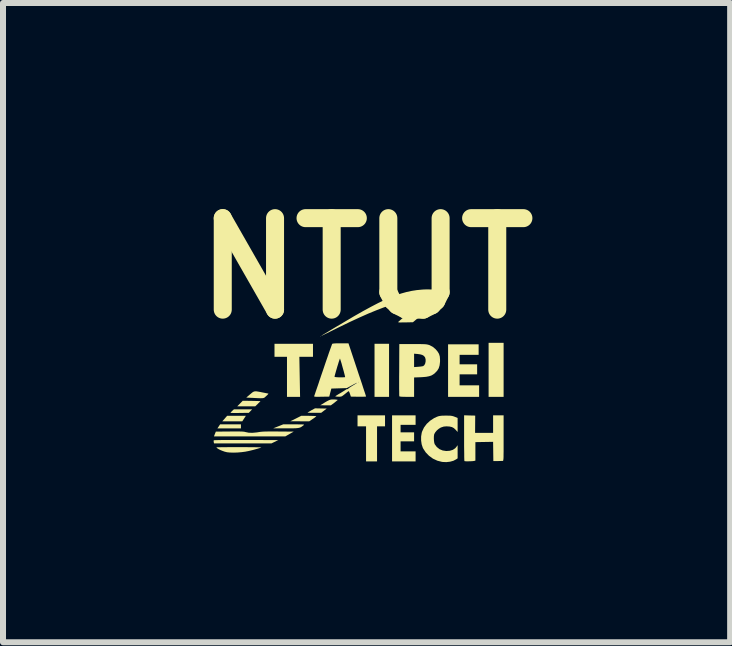
<source format=kicad_pcb>
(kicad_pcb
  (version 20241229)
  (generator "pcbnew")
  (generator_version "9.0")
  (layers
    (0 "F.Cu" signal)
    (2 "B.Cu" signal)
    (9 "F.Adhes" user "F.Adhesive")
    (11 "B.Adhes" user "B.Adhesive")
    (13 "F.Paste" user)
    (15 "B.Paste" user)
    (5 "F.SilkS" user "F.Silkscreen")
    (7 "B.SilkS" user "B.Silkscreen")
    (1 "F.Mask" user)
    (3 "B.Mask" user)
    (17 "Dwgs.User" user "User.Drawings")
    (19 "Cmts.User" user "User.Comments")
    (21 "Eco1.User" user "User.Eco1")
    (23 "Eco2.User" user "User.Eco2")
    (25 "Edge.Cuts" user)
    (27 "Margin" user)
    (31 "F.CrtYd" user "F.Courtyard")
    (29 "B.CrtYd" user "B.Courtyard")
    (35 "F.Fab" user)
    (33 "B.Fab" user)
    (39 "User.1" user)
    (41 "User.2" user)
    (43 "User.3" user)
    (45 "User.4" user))
  (footprint "NTUT"
    (layer "F.Cu")
    (at 2.955 3.218)
    (property "Reference" "NTUT" (at 0.1 -1.8 0) (layer "F.SilkS") (effects (font (size 1.524 1.524) (thickness 0.3))))
    (attr board_only exclude_from_pos_files exclude_from_bom)
    (fp_poly (pts (xy -1.992 0.867) (xy -2.384 0.867) (xy -2.339 0.8) (xy -1.992 0.8)) (stroke (width 0) (type solid)) (fill yes) (layer "F.SilkS"))
    (fp_poly (pts (xy -0.667 -0.662) (xy -0.671 -0.658) (xy -0.675 -0.662) (xy -0.671 -0.667)) (stroke (width 0) (type solid)) (fill yes) (layer "F.SilkS"))
    (fp_poly (pts (xy 0.475 0.342) (xy 0.233 0.342) (xy 0.233 -0.542) (xy 0.475 -0.542)) (stroke (width 0) (type solid)) (fill yes) (layer "F.SilkS"))
    (fp_poly (pts (xy 2.383 0.342) (xy 2.133 0.342) (xy 2.133 -0.558) (xy 2.383 -0.558)) (stroke (width 0) (type solid)) (fill yes) (layer "F.SilkS"))
    (fp_poly (pts (xy 0.408 0.833) (xy 0.275 0.833) (xy 0.275 1.417) (xy 0.092 1.417) (xy 0.092 0.833) (xy -0.05 0.833) (xy -0.05 0.65) (xy 0.408 0.65)) (stroke (width 0) (type solid)) (fill yes) (layer "F.SilkS"))
    (fp_poly (pts (xy -1.94 0.704) (xy -1.97 0.75) (xy -2.303 0.75) (xy -2.286 0.731) (xy -2.269 0.712) (xy -2.25 0.69) (xy -2.246 0.685) (xy -2.222 0.658) (xy -1.91 0.658)) (stroke (width 0) (type solid)) (fill yes) (layer "F.SilkS"))
    (fp_poly (pts (xy -0.792 -0.325) (xy -1.019 -0.325) (xy -1.013 0.008) (xy -1.007 0.342) (xy -1.225 0.342) (xy -1.225 -0.325) (xy -1.433 -0.325) (xy -1.433 -0.542) (xy -0.792 -0.542)) (stroke (width 0) (type solid)) (fill yes) (layer "F.SilkS"))
    (fp_poly (pts (xy -1.861 0.608) (xy -2.014 0.61) (xy -2.062 0.611) (xy -2.104 0.611) (xy -2.137 0.61) (xy -2.159 0.609) (xy -2.167 0.608) (xy -2.161 0.6) (xy -2.147 0.585) (xy -2.138 0.576) (xy -2.109 0.55) (xy -1.805 0.55)) (stroke (width 0) (type solid)) (fill yes) (layer "F.SilkS"))
    (fp_poly (pts (xy 0.917 0.808) (xy 0.667 0.808) (xy 0.667 0.933) (xy 0.892 0.933) (xy 0.892 1.083) (xy 0.667 1.083) (xy 0.667 1.25) (xy 0.917 1.25) (xy 0.917 1.417) (xy 0.525 1.417) (xy 0.525 0.65) (xy 0.917 0.65)) (stroke (width 0) (type solid)) (fill yes) (layer "F.SilkS"))
    (fp_poly (pts (xy 1.967 -0.358) (xy 1.65 -0.358) (xy 1.65 -0.2) (xy 1.942 -0.2) (xy 1.942 -0.033) (xy 1.65 -0.033) (xy 1.65 0.15) (xy 1.975 0.15) (xy 1.975 0.342) (xy 1.458 0.342) (xy 1.458 -0.533) (xy 1.967 -0.533)) (stroke (width 0) (type solid)) (fill yes) (layer "F.SilkS"))
    (fp_poly (pts (xy -1.815 0.409) (xy -1.767 0.41) (xy -1.726 0.411) (xy -1.694 0.412) (xy -1.673 0.413) (xy -1.667 0.413) (xy -1.672 0.42) (xy -1.687 0.435) (xy -1.708 0.455) (xy -1.71 0.458) (xy -1.754 0.5) (xy -1.904 0.5) (xy -2.054 0.5) (xy -2.008 0.454) (xy -1.962 0.407)) (stroke (width 0) (type solid)) (fill yes) (layer "F.SilkS"))
    (fp_poly (pts (xy -0.816 0.659) (xy -0.78 0.66) (xy -0.753 0.662) (xy -0.738 0.664) (xy -0.737 0.666) (xy -0.745 0.673) (xy -0.764 0.688) (xy -0.79 0.706) (xy -0.798 0.711) (xy -0.855 0.75) (xy -1.013 0.749) (xy -1.171 0.749) (xy -1.079 0.704) (xy -0.988 0.658) (xy -0.86 0.658)) (stroke (width 0) (type solid)) (fill yes) (layer "F.SilkS"))
    (fp_poly (pts (xy -0.661 0.535) (xy -0.564 0.537) (xy -0.61 0.573) (xy -0.656 0.608) (xy -0.77 0.608) (xy -0.811 0.608) (xy -0.846 0.607) (xy -0.87 0.606) (xy -0.883 0.605) (xy -0.883 0.605) (xy -0.877 0.6) (xy -0.858 0.589) (xy -0.832 0.574) (xy -0.821 0.567) (xy -0.758 0.533)) (stroke (width 0) (type solid)) (fill yes) (layer "F.SilkS"))
    (fp_poly (pts (xy -1.93 1.06) (xy -1.904 1.06) (xy -1.371 1.062) (xy -1.483 1.117) (xy -2.44 1.117) (xy -2.445 1.095) (xy -2.447 1.076) (xy -2.444 1.065) (xy -2.434 1.064) (xy -2.41 1.063) (xy -2.371 1.062) (xy -2.32 1.061) (xy -2.259 1.061) (xy -2.187 1.06) (xy -2.108 1.06) (xy -2.021 1.06)) (stroke (width 0) (type solid)) (fill yes) (layer "F.SilkS"))
    (fp_poly (pts (xy -0.439 0.385) (xy -0.41 0.387) (xy -0.389 0.39) (xy -0.38 0.393) (xy -0.381 0.394) (xy -0.389 0.402) (xy -0.407 0.416) (xy -0.431 0.436) (xy -0.439 0.442) (xy -0.494 0.483) (xy -0.582 0.483) (xy -0.671 0.482) (xy -0.637 0.462) (xy -0.591 0.433) (xy -0.556 0.413) (xy -0.528 0.399) (xy -0.505 0.39) (xy -0.484 0.386) (xy -0.461 0.385)) (stroke (width 0) (type solid)) (fill yes) (layer "F.SilkS"))
    (fp_poly (pts (xy -1.108 0.8) (xy -1.049 0.8) (xy -1.005 0.801) (xy -0.974 0.801) (xy -0.954 0.802) (xy -0.944 0.804) (xy -0.941 0.807) (xy -0.944 0.811) (xy -0.95 0.816) (xy -0.95 0.816) (xy -0.97 0.831) (xy -0.987 0.843) (xy -1.005 0.852) (xy -1.025 0.858) (xy -1.051 0.862) (xy -1.083 0.865) (xy -1.125 0.866) (xy -1.18 0.866) (xy -1.245 0.866) (xy -1.454 0.866) (xy -1.371 0.833) (xy -1.288 0.8)) (stroke (width 0) (type solid)) (fill yes) (layer "F.SilkS"))
    (fp_poly (pts (xy -1.426 0.918) (xy -1.367 0.919) (xy -1.113 0.921) (xy -1.182 0.96) (xy -1.252 1) (xy -2.441 1) (xy -2.426 0.96) (xy -2.41 0.921) (xy -2.18 0.919) (xy -2.108 0.918) (xy -2.051 0.918) (xy -2.006 0.919) (xy -1.972 0.92) (xy -1.946 0.922) (xy -1.927 0.925) (xy -1.913 0.929) (xy -1.912 0.929) (xy -1.863 0.939) (xy -1.8 0.941) (xy -1.726 0.934) (xy -1.695 0.929) (xy -1.668 0.925) (xy -1.637 0.922) (xy -1.599 0.92) (xy -1.553 0.919) (xy -1.496 0.918)) (stroke (width 0) (type solid)) (fill yes) (layer "F.SilkS"))
    (fp_poly (pts (xy -1.734 0.25) (xy -1.702 0.255) (xy -1.657 0.263) (xy -1.65 0.265) (xy -1.609 0.273) (xy -1.574 0.28) (xy -1.548 0.285) (xy -1.535 0.288) (xy -1.534 0.289) (xy -1.538 0.295) (xy -1.551 0.31) (xy -1.572 0.329) (xy -1.572 0.329) (xy -1.585 0.341) (xy -1.595 0.351) (xy -1.606 0.357) (xy -1.619 0.362) (xy -1.636 0.364) (xy -1.661 0.365) (xy -1.694 0.364) (xy -1.74 0.362) (xy -1.799 0.359) (xy -1.804 0.359) (xy -1.903 0.354) (xy -1.854 0.312) (xy -1.822 0.285) (xy -1.799 0.266) (xy -1.779 0.255) (xy -1.759 0.25)) (stroke (width 0) (type solid)) (fill yes) (layer "F.SilkS"))
    (fp_poly (pts (xy -1.944 1.179) (xy -1.873 1.18) (xy -1.809 1.18) (xy -1.753 1.181) (xy -1.709 1.182) (xy -1.676 1.183) (xy -1.657 1.184) (xy -1.653 1.185) (xy -1.67 1.192) (xy -1.7 1.201) (xy -1.738 1.212) (xy -1.781 1.224) (xy -1.826 1.235) (xy -1.868 1.245) (xy -1.905 1.252) (xy -1.913 1.254) (xy -1.98 1.263) (xy -2.05 1.269) (xy -2.118 1.271) (xy -2.179 1.269) (xy -2.228 1.264) (xy -2.229 1.263) (xy -2.263 1.255) (xy -2.299 1.242) (xy -2.334 1.228) (xy -2.365 1.212) (xy -2.388 1.197) (xy -2.399 1.185) (xy -2.4 1.182) (xy -2.392 1.182) (xy -2.369 1.181) (xy -2.332 1.181) (xy -2.284 1.18) (xy -2.226 1.18) (xy -2.16 1.179) (xy -2.086 1.179) (xy -2.021 1.179)) (stroke (width 0) (type solid)) (fill yes) (layer "F.SilkS"))
    (fp_poly (pts (xy 1.817 0.652) (xy 1.91 0.654) (xy 1.909 0.798) (xy 1.908 0.942) (xy 2.208 0.942) (xy 2.208 0.65) (xy 2.383 0.65) (xy 2.383 1.029) (xy 2.383 1.119) (xy 2.383 1.193) (xy 2.383 1.253) (xy 2.382 1.301) (xy 2.382 1.338) (xy 2.381 1.366) (xy 2.379 1.385) (xy 2.377 1.398) (xy 2.375 1.405) (xy 2.372 1.408) (xy 2.369 1.409) (xy 2.354 1.409) (xy 2.327 1.41) (xy 2.294 1.411) (xy 2.283 1.411) (xy 2.212 1.412) (xy 2.208 1.091) (xy 1.913 1.096) (xy 1.913 1.404) (xy 1.892 1.409) (xy 1.873 1.412) (xy 1.844 1.414) (xy 1.812 1.415) (xy 1.78 1.416) (xy 1.752 1.415) (xy 1.735 1.413) (xy 1.731 1.411) (xy 1.729 1.402) (xy 1.728 1.378) (xy 1.727 1.34) (xy 1.727 1.291) (xy 1.726 1.232) (xy 1.725 1.165) (xy 1.725 1.091) (xy 1.725 1.028) (xy 1.725 0.649)) (stroke (width 0) (type solid)) (fill yes) (layer "F.SilkS"))
    (fp_poly (pts (xy 1.466 0.655) (xy 1.5 0.656) (xy 1.525 0.66) (xy 1.548 0.666) (xy 1.569 0.674) (xy 1.617 0.694) (xy 1.617 0.927) (xy 1.584 0.89) (xy 1.555 0.863) (xy 1.522 0.845) (xy 1.482 0.836) (xy 1.432 0.833) (xy 1.385 0.837) (xy 1.343 0.851) (xy 1.337 0.853) (xy 1.303 0.874) (xy 1.271 0.901) (xy 1.245 0.932) (xy 1.229 0.96) (xy 1.227 0.964) (xy 1.222 0.995) (xy 1.221 1.033) (xy 1.223 1.072) (xy 1.228 1.107) (xy 1.235 1.13) (xy 1.27 1.177) (xy 1.315 1.213) (xy 1.368 1.235) (xy 1.427 1.244) (xy 1.487 1.24) (xy 1.538 1.224) (xy 1.577 1.198) (xy 1.592 1.181) (xy 1.617 1.147) (xy 1.617 1.366) (xy 1.592 1.383) (xy 1.546 1.407) (xy 1.49 1.422) (xy 1.428 1.429) (xy 1.364 1.426) (xy 1.357 1.425) (xy 1.279 1.405) (xy 1.206 1.371) (xy 1.141 1.324) (xy 1.086 1.267) (xy 1.043 1.202) (xy 1.036 1.187) (xy 1.018 1.132) (xy 1.009 1.069) (xy 1.009 1.003) (xy 1.019 0.941) (xy 1.025 0.921) (xy 1.056 0.854) (xy 1.101 0.793) (xy 1.158 0.74) (xy 1.225 0.696) (xy 1.272 0.674) (xy 1.297 0.665) (xy 1.321 0.66) (xy 1.349 0.656) (xy 1.386 0.655) (xy 1.421 0.654)) (stroke (width 0) (type solid)) (fill yes) (layer "F.SilkS"))
    (fp_poly (pts (xy 0.875 -0.537) (xy 0.943 -0.537) (xy 0.997 -0.537) (xy 1.038 -0.536) (xy 1.07 -0.535) (xy 1.094 -0.533) (xy 1.112 -0.53) (xy 1.128 -0.526) (xy 1.143 -0.522) (xy 1.154 -0.517) (xy 1.202 -0.492) (xy 1.249 -0.453) (xy 1.251 -0.451) (xy 1.284 -0.412) (xy 1.307 -0.374) (xy 1.32 -0.331) (xy 1.324 -0.279) (xy 1.324 -0.243) (xy 1.317 -0.183) (xy 1.302 -0.134) (xy 1.276 -0.092) (xy 1.24 -0.055) (xy 1.21 -0.031) (xy 1.178 -0.013) (xy 1.14 -0.001) (xy 1.093 0.008) (xy 1.035 0.013) (xy 1.002 0.015) (xy 0.892 0.019) (xy 0.892 0.342) (xy 0.771 0.342) (xy 0.719 0.341) (xy 0.683 0.34) (xy 0.659 0.337) (xy 0.648 0.334) (xy 0.645 0.331) (xy 0.645 0.321) (xy 0.644 0.296) (xy 0.644 0.257) (xy 0.643 0.207) (xy 0.643 0.146) (xy 0.643 0.077) (xy 0.643 0.000228) (xy 0.644 -0.082) (xy 0.644 -0.108) (xy 0.645 -0.377) (xy 0.892 -0.377) (xy 0.892 -0.154) (xy 0.96 -0.159) (xy 0.994 -0.162) (xy 1.023 -0.166) (xy 1.042 -0.17) (xy 1.044 -0.171) (xy 1.063 -0.187) (xy 1.077 -0.214) (xy 1.084 -0.248) (xy 1.084 -0.282) (xy 1.076 -0.312) (xy 1.069 -0.324) (xy 1.05 -0.344) (xy 1.026 -0.357) (xy 0.993 -0.366) (xy 0.951 -0.372) (xy 0.892 -0.377) (xy 0.645 -0.377) (xy 0.646 -0.537)) (stroke (width 0) (type solid)) (fill yes) (layer "F.SilkS"))
    (fp_poly (pts (xy 1.194 -1.445) (xy 1.239 -1.437) (xy 1.27 -1.422) (xy 1.287 -1.402) (xy 1.293 -1.375) (xy 1.286 -1.341) (xy 1.28 -1.323) (xy 1.26 -1.287) (xy 1.229 -1.243) (xy 1.187 -1.193) (xy 1.137 -1.138) (xy 1.08 -1.081) (xy 1.018 -1.024) (xy 0.959 -0.973) (xy 0.873 -0.901) (xy 0.745 -0.898) (xy 0.696 -0.898) (xy 0.663 -0.897) (xy 0.641 -0.898) (xy 0.63 -0.9) (xy 0.627 -0.903) (xy 0.63 -0.908) (xy 0.631 -0.909) (xy 0.644 -0.92) (xy 0.665 -0.939) (xy 0.692 -0.962) (xy 0.712 -0.98) (xy 0.745 -1.011) (xy 0.779 -1.046) (xy 0.808 -1.078) (xy 0.818 -1.091) (xy 0.847 -1.135) (xy 0.863 -1.172) (xy 0.863 -1.201) (xy 0.849 -1.222) (xy 0.82 -1.235) (xy 0.792 -1.24) (xy 0.737 -1.24) (xy 0.668 -1.23) (xy 0.586 -1.211) (xy 0.49 -1.183) (xy 0.382 -1.146) (xy 0.261 -1.099) (xy 0.127 -1.044) (xy -0.019 -0.979) (xy -0.177 -0.906) (xy -0.348 -0.823) (xy -0.375 -0.81) (xy -0.447 -0.774) (xy -0.506 -0.745) (xy -0.552 -0.722) (xy -0.588 -0.705) (xy -0.614 -0.692) (xy -0.632 -0.683) (xy -0.643 -0.678) (xy -0.649 -0.675) (xy -0.652 -0.675) (xy -0.651 -0.676) (xy -0.65 -0.677) (xy -0.642 -0.683) (xy -0.621 -0.696) (xy -0.589 -0.715) (xy -0.548 -0.739) (xy -0.501 -0.768) (xy -0.448 -0.8) (xy -0.392 -0.833) (xy -0.334 -0.867) (xy -0.277 -0.901) (xy -0.221 -0.934) (xy -0.17 -0.964) (xy -0.125 -0.991) (xy -0.092 -1.01) (xy 0.047 -1.089) (xy 0.174 -1.158) (xy 0.291 -1.219) (xy 0.399 -1.271) (xy 0.499 -1.315) (xy 0.593 -1.352) (xy 0.682 -1.381) (xy 0.768 -1.405) (xy 0.852 -1.423) (xy 0.936 -1.436) (xy 1.02 -1.444) (xy 1.06 -1.447) (xy 1.134 -1.448)) (stroke (width 0) (type solid)) (fill yes) (layer "F.SilkS"))
    (fp_poly (pts (xy -0.055 -0.11) (xy -0.028 -0.028) (xy -0.002 0.049) (xy 0.022 0.12) (xy 0.042 0.183) (xy 0.06 0.238) (xy 0.075 0.281) (xy 0.085 0.313) (xy 0.091 0.332) (xy 0.092 0.336) (xy 0.084 0.338) (xy 0.062 0.339) (xy 0.03 0.34) (xy -0.011 0.34) (xy -0.035 0.34) (xy -0.161 0.338) (xy -0.177 0.289) (xy -0.187 0.263) (xy -0.194 0.25) (xy -0.2 0.248) (xy -0.207 0.252) (xy -0.22 0.262) (xy -0.242 0.28) (xy -0.267 0.3) (xy -0.268 0.301) (xy -0.294 0.321) (xy -0.312 0.333) (xy -0.33 0.338) (xy -0.353 0.34) (xy -0.37 0.339) (xy -0.397 0.338) (xy -0.415 0.336) (xy -0.42 0.333) (xy -0.412 0.326) (xy -0.392 0.313) (xy -0.365 0.296) (xy -0.335 0.279) (xy -0.301 0.258) (xy -0.272 0.24) (xy -0.25 0.226) (xy -0.24 0.219) (xy -0.224 0.212) (xy -0.215 0.213) (xy -0.209 0.215) (xy -0.21 0.213) (xy -0.206 0.206) (xy -0.19 0.193) (xy -0.165 0.176) (xy -0.139 0.16) (xy -0.098 0.135) (xy -0.071 0.118) (xy -0.058 0.109) (xy -0.06 0.108) (xy -0.075 0.114) (xy -0.105 0.129) (xy -0.138 0.147) (xy -0.229 0.196) (xy -0.358 0.2) (xy -0.486 0.204) (xy -0.504 0.271) (xy -0.521 0.338) (xy -0.649 0.34) (xy -0.698 0.341) (xy -0.732 0.341) (xy -0.754 0.34) (xy -0.767 0.338) (xy -0.772 0.334) (xy -0.772 0.329) (xy -0.772 0.328) (xy -0.768 0.318) (xy -0.759 0.293) (xy -0.747 0.256) (xy -0.73 0.207) (xy -0.71 0.149) (xy -0.692 0.096) (xy -0.042 0.096) (xy -0.037 0.1) (xy -0.033 0.096) (xy -0.037 0.092) (xy -0.042 0.096) (xy -0.692 0.096) (xy -0.688 0.082) (xy -0.663 0.009) (xy -0.663 0.008) (xy -0.433 0.008) (xy -0.426 0.011) (xy -0.406 0.014) (xy -0.377 0.016) (xy -0.345 0.017) (xy -0.312 0.017) (xy -0.284 0.016) (xy -0.264 0.015) (xy -0.257 0.013) (xy -0.258 0.004) (xy -0.263 -0.018) (xy -0.271 -0.049) (xy -0.281 -0.088) (xy -0.293 -0.13) (xy -0.305 -0.173) (xy -0.316 -0.214) (xy -0.327 -0.249) (xy -0.336 -0.277) (xy -0.341 -0.293) (xy -0.343 -0.295) (xy -0.346 -0.289) (xy -0.353 -0.27) (xy -0.363 -0.24) (xy -0.374 -0.203) (xy -0.387 -0.162) (xy -0.399 -0.12) (xy -0.411 -0.079) (xy -0.421 -0.043) (xy -0.429 -0.014) (xy -0.433 0.004) (xy -0.433 0.008) (xy -0.663 0.008) (xy -0.636 -0.07) (xy -0.623 -0.108) (xy -0.596 -0.188) (xy -0.57 -0.264) (xy -0.546 -0.333) (xy -0.525 -0.395) (xy -0.506 -0.448) (xy -0.491 -0.49) (xy -0.48 -0.52) (xy -0.474 -0.537) (xy -0.473 -0.54) (xy -0.464 -0.544) (xy -0.444 -0.547) (xy -0.411 -0.549) (xy -0.365 -0.55) (xy -0.333 -0.55) (xy -0.201 -0.55)) (stroke (width 0) (type solid)) (fill yes) (layer "F.SilkS")))
  (gr_rect
    (start -3 -3)
    (end 9.111 7.647)
    (stroke (width 0.1) (type default))
    (fill no)
    (layer "Edge.Cuts")))
</source>
